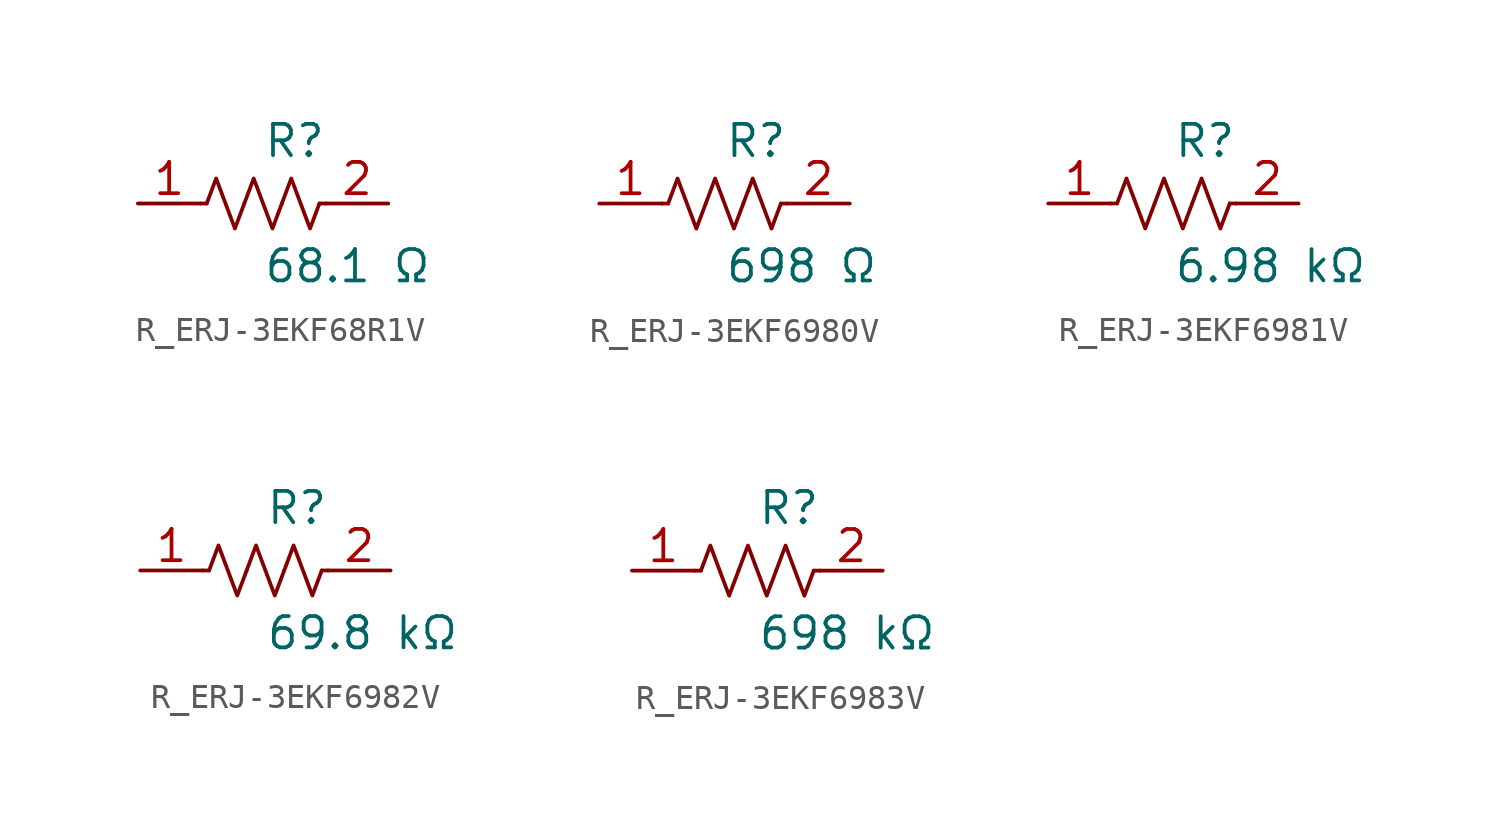
<source format=kicad_sym>
(kicad_symbol_lib
  (version 20231120)
  (generator kicad_symbol_editor)
  (generator_version 8.0)
  (symbol "R_ERJ-3EKF68R1V"
    (pin_names
      (offset 0.254))
    (property "Reference" "R"
      (at 0.0 2.54 0)
      (effects (font (size 1.27 1.27)) (justify left)))
    (property "Value" "68.1 Ω"
      (at 0.0 -2.54 0)
      (effects (font (size 1.27 1.27)) (justify left)))
    (symbol "R_ERJ-3EKF68R1V_0_1"
      (polyline (pts (xy 2.286 0) (xy 2.54 0)) (stroke (width 0) (type default)) (fill (type none)))
      (polyline (pts (xy -2.286 0) (xy -2.54 0)) (stroke (width 0) (type default)) (fill (type none)))
      (polyline (pts (xy 0.762 0) (xy 1.143 1.016) (xy 1.524 0) (xy 1.905 -1.016) (xy 2.286 0)) (stroke (width 0) (type default)) (fill (type none)))
      (polyline (pts (xy -0.762 0) (xy -0.381 1.016) (xy 0 0) (xy 0.381 -1.016) (xy 0.762 0)) (stroke (width 0) (type default)) (fill (type none)))
      (polyline (pts (xy -2.286 0) (xy -1.905 1.016) (xy -1.524 0) (xy -1.143 -1.016) (xy -0.762 0)) (stroke (width 0) (type default)) (fill (type none))))
    (pin unspecified line
      (at -5.08 0 0)
      (length 2.54)
      (name "" (effects (font (size 1.27 1.27))))
      (number "1" (effects (font (size 1.27 1.27)))))
    (pin unspecified line
      (at 5.08 0 180)
      (length 2.54)
      (name "" (effects (font (size 1.27 1.27))))
      (number "2" (effects (font (size 1.27 1.27))))))
  (symbol "R_ERJ-3EKF6980V"
    (pin_names
      (offset 0.254))
    (property "Reference" "R"
      (at 0.0 2.54 0)
      (effects (font (size 1.27 1.27)) (justify left)))
    (property "Value" "698 Ω"
      (at 0.0 -2.54 0)
      (effects (font (size 1.27 1.27)) (justify left)))
    (symbol "R_ERJ-3EKF6980V_0_1"
      (polyline (pts (xy 2.286 0) (xy 2.54 0)) (stroke (width 0) (type default)) (fill (type none)))
      (polyline (pts (xy -2.286 0) (xy -2.54 0)) (stroke (width 0) (type default)) (fill (type none)))
      (polyline (pts (xy 0.762 0) (xy 1.143 1.016) (xy 1.524 0) (xy 1.905 -1.016) (xy 2.286 0)) (stroke (width 0) (type default)) (fill (type none)))
      (polyline (pts (xy -0.762 0) (xy -0.381 1.016) (xy 0 0) (xy 0.381 -1.016) (xy 0.762 0)) (stroke (width 0) (type default)) (fill (type none)))
      (polyline (pts (xy -2.286 0) (xy -1.905 1.016) (xy -1.524 0) (xy -1.143 -1.016) (xy -0.762 0)) (stroke (width 0) (type default)) (fill (type none))))
    (pin unspecified line
      (at -5.08 0 0)
      (length 2.54)
      (name "" (effects (font (size 1.27 1.27))))
      (number "1" (effects (font (size 1.27 1.27)))))
    (pin unspecified line
      (at 5.08 0 180)
      (length 2.54)
      (name "" (effects (font (size 1.27 1.27))))
      (number "2" (effects (font (size 1.27 1.27))))))
  (symbol "R_ERJ-3EKF6981V"
    (pin_names
      (offset 0.254))
    (property "Reference" "R"
      (at 0.0 2.54 0)
      (effects (font (size 1.27 1.27)) (justify left)))
    (property "Value" "6.98 kΩ"
      (at 0.0 -2.54 0)
      (effects (font (size 1.27 1.27)) (justify left)))
    (symbol "R_ERJ-3EKF6981V_0_1"
      (polyline (pts (xy 2.286 0) (xy 2.54 0)) (stroke (width 0) (type default)) (fill (type none)))
      (polyline (pts (xy -2.286 0) (xy -2.54 0)) (stroke (width 0) (type default)) (fill (type none)))
      (polyline (pts (xy 0.762 0) (xy 1.143 1.016) (xy 1.524 0) (xy 1.905 -1.016) (xy 2.286 0)) (stroke (width 0) (type default)) (fill (type none)))
      (polyline (pts (xy -0.762 0) (xy -0.381 1.016) (xy 0 0) (xy 0.381 -1.016) (xy 0.762 0)) (stroke (width 0) (type default)) (fill (type none)))
      (polyline (pts (xy -2.286 0) (xy -1.905 1.016) (xy -1.524 0) (xy -1.143 -1.016) (xy -0.762 0)) (stroke (width 0) (type default)) (fill (type none))))
    (pin unspecified line
      (at -5.08 0 0)
      (length 2.54)
      (name "" (effects (font (size 1.27 1.27))))
      (number "1" (effects (font (size 1.27 1.27)))))
    (pin unspecified line
      (at 5.08 0 180)
      (length 2.54)
      (name "" (effects (font (size 1.27 1.27))))
      (number "2" (effects (font (size 1.27 1.27))))))
  (symbol "R_ERJ-3EKF6982V"
    (pin_names
      (offset 0.254))
    (property "Reference" "R"
      (at 0.0 2.54 0)
      (effects (font (size 1.27 1.27)) (justify left)))
    (property "Value" "69.8 kΩ"
      (at 0.0 -2.54 0)
      (effects (font (size 1.27 1.27)) (justify left)))
    (symbol "R_ERJ-3EKF6982V_0_1"
      (polyline (pts (xy 2.286 0) (xy 2.54 0)) (stroke (width 0) (type default)) (fill (type none)))
      (polyline (pts (xy -2.286 0) (xy -2.54 0)) (stroke (width 0) (type default)) (fill (type none)))
      (polyline (pts (xy 0.762 0) (xy 1.143 1.016) (xy 1.524 0) (xy 1.905 -1.016) (xy 2.286 0)) (stroke (width 0) (type default)) (fill (type none)))
      (polyline (pts (xy -0.762 0) (xy -0.381 1.016) (xy 0 0) (xy 0.381 -1.016) (xy 0.762 0)) (stroke (width 0) (type default)) (fill (type none)))
      (polyline (pts (xy -2.286 0) (xy -1.905 1.016) (xy -1.524 0) (xy -1.143 -1.016) (xy -0.762 0)) (stroke (width 0) (type default)) (fill (type none))))
    (pin unspecified line
      (at -5.08 0 0)
      (length 2.54)
      (name "" (effects (font (size 1.27 1.27))))
      (number "1" (effects (font (size 1.27 1.27)))))
    (pin unspecified line
      (at 5.08 0 180)
      (length 2.54)
      (name "" (effects (font (size 1.27 1.27))))
      (number "2" (effects (font (size 1.27 1.27))))))
  (symbol "R_ERJ-3EKF6983V"
    (pin_names
      (offset 0.254))
    (property "Reference" "R"
      (at 0.0 2.54 0)
      (effects (font (size 1.27 1.27)) (justify left)))
    (property "Value" "698 kΩ"
      (at 0.0 -2.54 0)
      (effects (font (size 1.27 1.27)) (justify left)))
    (symbol "R_ERJ-3EKF6983V_0_1"
      (polyline (pts (xy 2.286 0) (xy 2.54 0)) (stroke (width 0) (type default)) (fill (type none)))
      (polyline (pts (xy -2.286 0) (xy -2.54 0)) (stroke (width 0) (type default)) (fill (type none)))
      (polyline (pts (xy 0.762 0) (xy 1.143 1.016) (xy 1.524 0) (xy 1.905 -1.016) (xy 2.286 0)) (stroke (width 0) (type default)) (fill (type none)))
      (polyline (pts (xy -0.762 0) (xy -0.381 1.016) (xy 0 0) (xy 0.381 -1.016) (xy 0.762 0)) (stroke (width 0) (type default)) (fill (type none)))
      (polyline (pts (xy -2.286 0) (xy -1.905 1.016) (xy -1.524 0) (xy -1.143 -1.016) (xy -0.762 0)) (stroke (width 0) (type default)) (fill (type none))))
    (pin unspecified line
      (at -5.08 0 0)
      (length 2.54)
      (name "" (effects (font (size 1.27 1.27))))
      (number "1" (effects (font (size 1.27 1.27)))))
    (pin unspecified line
      (at 5.08 0 180)
      (length 2.54)
      (name "" (effects (font (size 1.27 1.27))))
      (number "2" (effects (font (size 1.27 1.27)))))))
</source>
